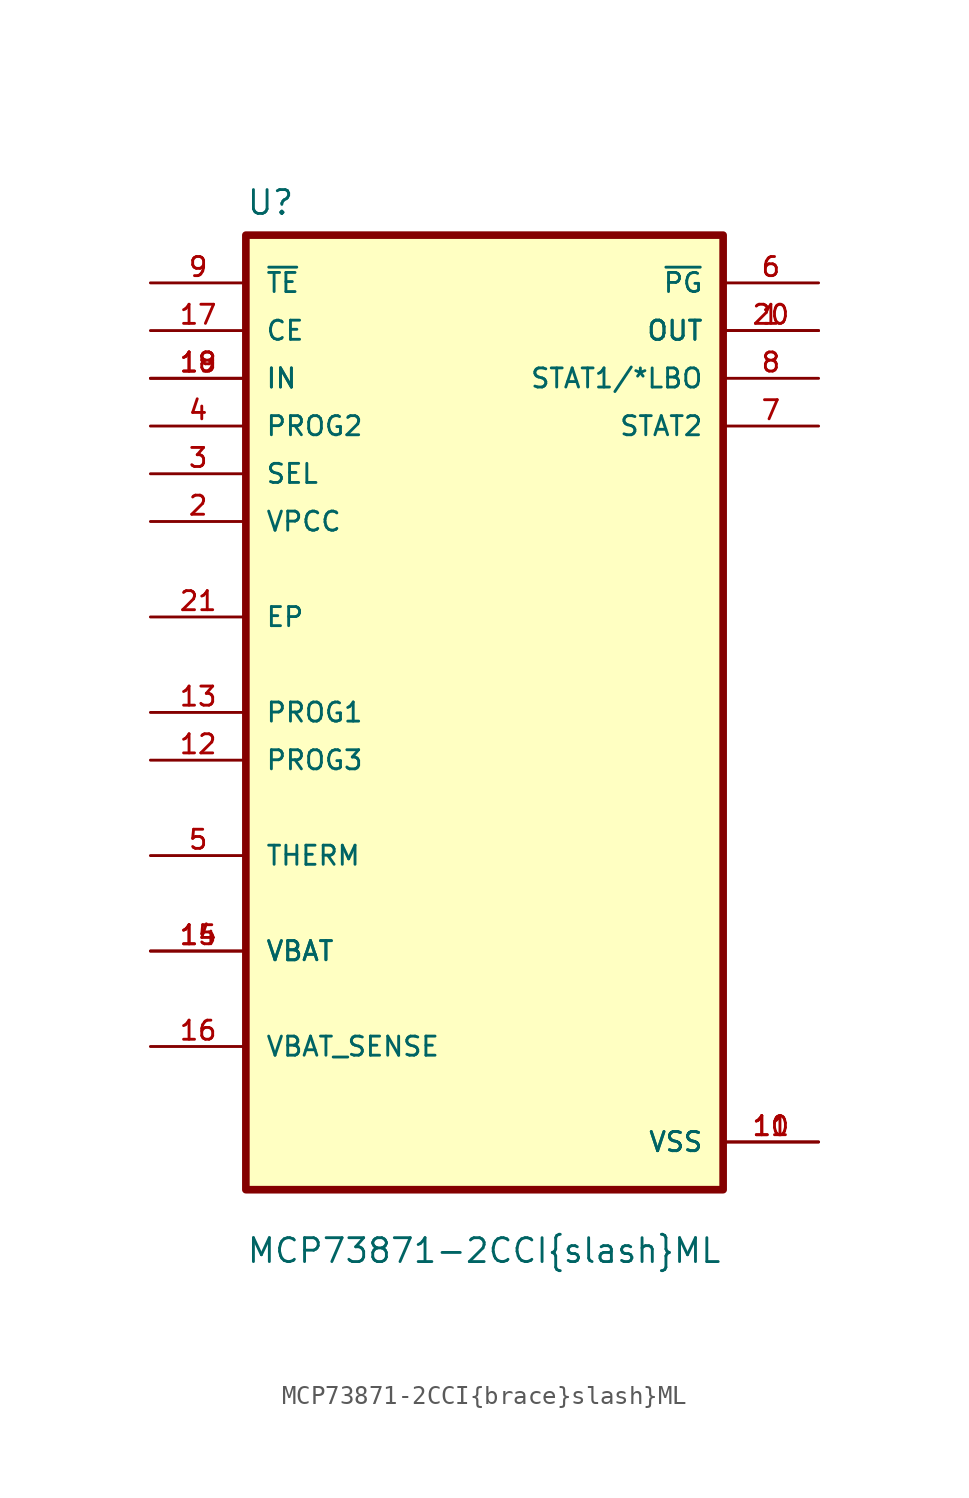
<source format=kicad_sym>
(kicad_symbol_lib
  (version 20211014)
  (generator kicad_symbol_editor)
  (symbol "MCP73871-2CCI{brace}slash}ML"
    (pin_names
      (offset 1.016))
    (property "Reference" "U"
      (at -12.7 26.391 0)
      (effects (font (size 1.27 1.27)) (justify left bottom)))
    (property "Value" "MCP73871-2CCI{brace}slash}ML"
      (at -12.7 -29.388 0)
      (effects (font (size 1.27 1.27)) (justify left bottom)))
    (property "ki_locked" ""
      (at 0 0 0)
      (effects (font (size 1.27 1.27))))
    (symbol "MCP73871-2CCI{brace}slash}ML_0_0"
      (rectangle (start -12.7 -25.4) (end 12.7 25.4) (stroke (width 0.406) (type default) (color 0 0 0 0)) (fill (type background)))
      (pin output line (at 17.78 20.32 180) (length 5.08) (name "OUT" (effects (font (size 1.016 1.016)))) (number "1" (effects (font (size 1.016 1.016)))))
      (pin power_in line (at 17.78 -22.86 180) (length 5.08) (name "VSS" (effects (font (size 1.016 1.016)))) (number "10" (effects (font (size 1.016 1.016)))))
      (pin power_in line (at 17.78 -22.86 180) (length 5.08) (name "VSS" (effects (font (size 1.016 1.016)))) (number "11" (effects (font (size 1.016 1.016)))))
      (pin bidirectional line (at -17.78 -2.54 0) (length 5.08) (name "PROG3" (effects (font (size 1.016 1.016)))) (number "12" (effects (font (size 1.016 1.016)))))
      (pin bidirectional line (at -17.78 0 0) (length 5.08) (name "PROG1" (effects (font (size 1.016 1.016)))) (number "13" (effects (font (size 1.016 1.016)))))
      (pin bidirectional line (at -17.78 -12.7 0) (length 5.08) (name "VBAT" (effects (font (size 1.016 1.016)))) (number "14" (effects (font (size 1.016 1.016)))))
      (pin bidirectional line (at -17.78 -12.7 0) (length 5.08) (name "VBAT" (effects (font (size 1.016 1.016)))) (number "15" (effects (font (size 1.016 1.016)))))
      (pin bidirectional line (at -17.78 -17.78 0) (length 5.08) (name "VBAT_SENSE" (effects (font (size 1.016 1.016)))) (number "16" (effects (font (size 1.016 1.016)))))
      (pin input line (at -17.78 20.32 0) (length 5.08) (name "CE" (effects (font (size 1.016 1.016)))) (number "17" (effects (font (size 1.016 1.016)))))
      (pin input line (at -17.78 17.78 0) (length 5.08) (name "IN" (effects (font (size 1.016 1.016)))) (number "18" (effects (font (size 1.016 1.016)))))
      (pin input line (at -17.78 17.78 0) (length 5.08) (name "IN" (effects (font (size 1.016 1.016)))) (number "19" (effects (font (size 1.016 1.016)))))
      (pin input line (at -17.78 10.16 0) (length 5.08) (name "VPCC" (effects (font (size 1.016 1.016)))) (number "2" (effects (font (size 1.016 1.016)))))
      (pin output line (at 17.78 20.32 180) (length 5.08) (name "OUT" (effects (font (size 1.016 1.016)))) (number "20" (effects (font (size 1.016 1.016)))))
      (pin bidirectional line (at -17.78 5.08 0) (length 5.08) (name "EP" (effects (font (size 1.016 1.016)))) (number "21" (effects (font (size 1.016 1.016)))))
      (pin input line (at -17.78 12.7 0) (length 5.08) (name "SEL" (effects (font (size 1.016 1.016)))) (number "3" (effects (font (size 1.016 1.016)))))
      (pin input line (at -17.78 15.24 0) (length 5.08) (name "PROG2" (effects (font (size 1.016 1.016)))) (number "4" (effects (font (size 1.016 1.016)))))
      (pin bidirectional line (at -17.78 -7.62 0) (length 5.08) (name "THERM" (effects (font (size 1.016 1.016)))) (number "5" (effects (font (size 1.016 1.016)))))
      (pin output line (at 17.78 22.86 180) (length 5.08) (name "~{PG}" (effects (font (size 1.016 1.016)))) (number "6" (effects (font (size 1.016 1.016)))))
      (pin output line (at 17.78 15.24 180) (length 5.08) (name "STAT2" (effects (font (size 1.016 1.016)))) (number "7" (effects (font (size 1.016 1.016)))))
      (pin output line (at 17.78 17.78 180) (length 5.08) (name "STAT1/*LBO" (effects (font (size 1.016 1.016)))) (number "8" (effects (font (size 1.016 1.016)))))
      (pin input line (at -17.78 22.86 0) (length 5.08) (name "~{TE}" (effects (font (size 1.016 1.016)))) (number "9" (effects (font (size 1.016 1.016))))))))
</source>
